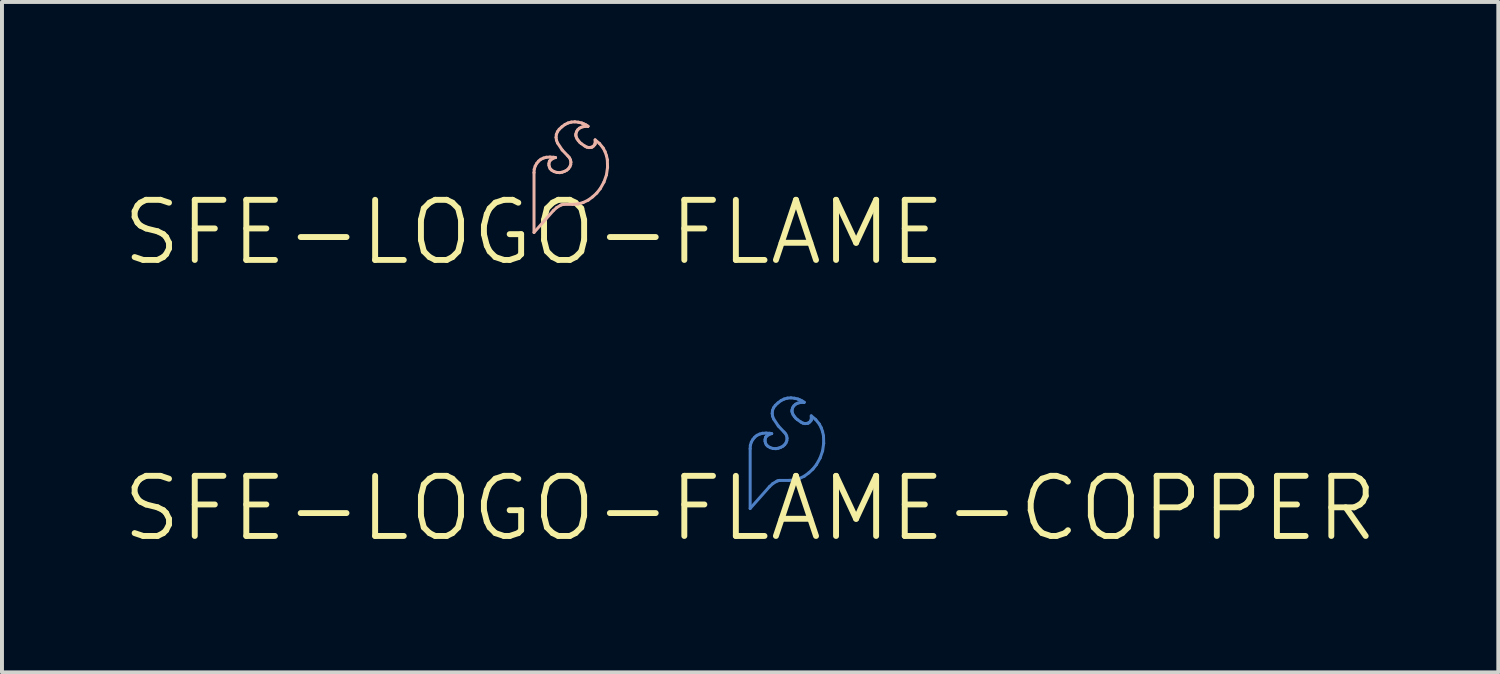
<source format=kicad_pcb>
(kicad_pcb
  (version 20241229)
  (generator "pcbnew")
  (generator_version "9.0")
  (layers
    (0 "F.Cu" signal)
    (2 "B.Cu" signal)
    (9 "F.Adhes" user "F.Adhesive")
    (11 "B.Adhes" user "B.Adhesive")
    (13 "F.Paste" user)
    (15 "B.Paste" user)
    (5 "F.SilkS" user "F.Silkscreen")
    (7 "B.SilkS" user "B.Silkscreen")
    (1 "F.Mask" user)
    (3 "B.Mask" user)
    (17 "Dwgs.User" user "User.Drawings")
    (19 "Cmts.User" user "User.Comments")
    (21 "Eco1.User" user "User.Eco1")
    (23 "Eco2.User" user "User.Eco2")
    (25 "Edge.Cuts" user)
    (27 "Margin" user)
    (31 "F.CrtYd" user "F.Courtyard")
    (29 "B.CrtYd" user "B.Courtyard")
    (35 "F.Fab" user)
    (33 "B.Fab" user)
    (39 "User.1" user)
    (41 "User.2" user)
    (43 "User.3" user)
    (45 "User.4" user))
  (footprint "SFE-LOGO-FLAME-COPPER"
    (layer "F.Cu")
    (at 15.966 9.839)
    (property "Reference" "SFE-LOGO-FLAME-COPPER" (at 0 0 0) (layer "F.SilkS") (effects (font (size 1.524 1.524) (thickness 0.15))))
    (attr exclude_from_pos_files exclude_from_bom)
    (fp_line (start 0 -1.516) (end 0 0) (stroke (width 0.076) (type solid)) (layer "B.Cu"))
    (fp_line (start 0 0) (end 0.488 -0.551) (stroke (width 0.076) (type solid)) (layer "B.Cu"))
    (fp_line (start 0.005 -1.6) (end 0 -1.516) (stroke (width 0.076) (type solid)) (layer "B.Cu"))
    (fp_line (start 0.03 -1.681) (end 0.005 -1.6) (stroke (width 0.076) (type solid)) (layer "B.Cu"))
    (fp_line (start 0.071 -1.753) (end 0.03 -1.681) (stroke (width 0.076) (type solid)) (layer "B.Cu"))
    (fp_line (start 0.117 -1.808) (end 0.071 -1.753) (stroke (width 0.076) (type solid)) (layer "B.Cu"))
    (fp_line (start 0.173 -1.854) (end 0.117 -1.808) (stroke (width 0.076) (type solid)) (layer "B.Cu"))
    (fp_line (start 0.239 -1.885) (end 0.173 -1.854) (stroke (width 0.076) (type solid)) (layer "B.Cu"))
    (fp_line (start 0.31 -1.905) (end 0.239 -1.885) (stroke (width 0.076) (type solid)) (layer "B.Cu"))
    (fp_line (start 0.378 -1.75) (end 0.389 -1.796) (stroke (width 0.076) (type solid)) (layer "B.Cu"))
    (fp_line (start 0.378 -1.704) (end 0.378 -1.75) (stroke (width 0.076) (type solid)) (layer "B.Cu"))
    (fp_line (start 0.389 -1.796) (end 0.396 -1.811) (stroke (width 0.076) (type solid)) (layer "B.Cu"))
    (fp_line (start 0.389 -1.661) (end 0.378 -1.704) (stroke (width 0.076) (type solid)) (layer "B.Cu"))
    (fp_line (start 0.396 -1.811) (end 0.411 -1.826) (stroke (width 0.076) (type solid)) (layer "B.Cu"))
    (fp_line (start 0.404 -1.91) (end 0.31 -1.905) (stroke (width 0.076) (type solid)) (layer "B.Cu"))
    (fp_line (start 0.409 -1.615) (end 0.389 -1.661) (stroke (width 0.076) (type solid)) (layer "B.Cu"))
    (fp_line (start 0.411 -1.826) (end 0.495 -1.885) (stroke (width 0.076) (type solid)) (layer "B.Cu"))
    (fp_line (start 0.445 -1.58) (end 0.409 -1.615) (stroke (width 0.076) (type solid)) (layer "B.Cu"))
    (fp_line (start 0.488 -0.551) (end 0.574 -0.63) (stroke (width 0.076) (type solid)) (layer "B.Cu"))
    (fp_line (start 0.495 -1.885) (end 0.511 -1.895) (stroke (width 0.076) (type solid)) (layer "B.Cu"))
    (fp_line (start 0.498 -1.905) (end 0.404 -1.91) (stroke (width 0.076) (type solid)) (layer "B.Cu"))
    (fp_line (start 0.508 -1.542) (end 0.445 -1.58) (stroke (width 0.076) (type solid)) (layer "B.Cu"))
    (fp_line (start 0.511 -1.895) (end 0.528 -1.897) (stroke (width 0.076) (type solid)) (layer "B.Cu"))
    (fp_line (start 0.528 -1.897) (end 0.546 -1.897) (stroke (width 0.076) (type solid)) (layer "B.Cu"))
    (fp_line (start 0.546 -1.897) (end 0.498 -1.905) (stroke (width 0.076) (type solid)) (layer "B.Cu"))
    (fp_line (start 0.559 -2.408) (end 0.569 -2.337) (stroke (width 0.076) (type solid)) (layer "B.Cu"))
    (fp_line (start 0.566 -2.484) (end 0.559 -2.408) (stroke (width 0.076) (type solid)) (layer "B.Cu"))
    (fp_line (start 0.569 -2.337) (end 0.597 -2.266) (stroke (width 0.076) (type solid)) (layer "B.Cu"))
    (fp_line (start 0.574 -0.63) (end 0.676 -0.691) (stroke (width 0.076) (type solid)) (layer "B.Cu"))
    (fp_line (start 0.577 -1.521) (end 0.508 -1.542) (stroke (width 0.076) (type solid)) (layer "B.Cu"))
    (fp_line (start 0.594 -2.553) (end 0.566 -2.484) (stroke (width 0.076) (type solid)) (layer "B.Cu"))
    (fp_line (start 0.597 -2.266) (end 0.714 -2.09) (stroke (width 0.076) (type solid)) (layer "B.Cu"))
    (fp_line (start 0.638 -2.614) (end 0.594 -2.553) (stroke (width 0.076) (type solid)) (layer "B.Cu"))
    (fp_line (start 0.653 -1.516) (end 0.577 -1.521) (stroke (width 0.076) (type solid)) (layer "B.Cu"))
    (fp_line (start 0.676 -0.691) (end 0.711 -0.704) (stroke (width 0.076) (type solid)) (layer "B.Cu"))
    (fp_line (start 0.706 -2.677) (end 0.638 -2.614) (stroke (width 0.076) (type solid)) (layer "B.Cu"))
    (fp_line (start 0.711 -0.704) (end 0.752 -0.711) (stroke (width 0.076) (type solid)) (layer "B.Cu"))
    (fp_line (start 0.714 -2.09) (end 0.861 -1.935) (stroke (width 0.076) (type solid)) (layer "B.Cu"))
    (fp_line (start 0.714 -1.527) (end 0.653 -1.516) (stroke (width 0.076) (type solid)) (layer "B.Cu"))
    (fp_line (start 0.752 -0.711) (end 0.98 -0.711) (stroke (width 0.076) (type solid)) (layer "B.Cu"))
    (fp_line (start 0.775 -1.549) (end 0.714 -1.527) (stroke (width 0.076) (type solid)) (layer "B.Cu"))
    (fp_line (start 0.785 -2.736) (end 0.706 -2.677) (stroke (width 0.076) (type solid)) (layer "B.Cu"))
    (fp_line (start 0.833 -1.58) (end 0.775 -1.549) (stroke (width 0.076) (type solid)) (layer "B.Cu"))
    (fp_line (start 0.861 -2.774) (end 0.785 -2.736) (stroke (width 0.076) (type solid)) (layer "B.Cu"))
    (fp_line (start 0.861 -1.935) (end 0.899 -1.892) (stroke (width 0.076) (type solid)) (layer "B.Cu"))
    (fp_line (start 0.876 -1.618) (end 0.833 -1.58) (stroke (width 0.076) (type solid)) (layer "B.Cu"))
    (fp_line (start 0.899 -1.892) (end 0.925 -1.839) (stroke (width 0.076) (type solid)) (layer "B.Cu"))
    (fp_line (start 0.909 -1.666) (end 0.876 -1.618) (stroke (width 0.076) (type solid)) (layer "B.Cu"))
    (fp_line (start 0.925 -1.839) (end 0.935 -1.781) (stroke (width 0.076) (type solid)) (layer "B.Cu"))
    (fp_line (start 0.93 -1.722) (end 0.909 -1.666) (stroke (width 0.076) (type solid)) (layer "B.Cu"))
    (fp_line (start 0.935 -1.781) (end 0.93 -1.722) (stroke (width 0.076) (type solid)) (layer "B.Cu"))
    (fp_line (start 0.945 -2.797) (end 0.861 -2.774) (stroke (width 0.076) (type solid)) (layer "B.Cu"))
    (fp_line (start 0.98 -0.711) (end 1.115 -0.721) (stroke (width 0.076) (type solid)) (layer "B.Cu"))
    (fp_line (start 1.034 -2.804) (end 0.945 -2.797) (stroke (width 0.076) (type solid)) (layer "B.Cu"))
    (fp_line (start 1.059 -2.464) (end 1.062 -2.499) (stroke (width 0.076) (type solid)) (layer "B.Cu"))
    (fp_line (start 1.062 -2.499) (end 1.077 -2.553) (stroke (width 0.076) (type solid)) (layer "B.Cu"))
    (fp_line (start 1.067 -2.431) (end 1.059 -2.464) (stroke (width 0.076) (type solid)) (layer "B.Cu"))
    (fp_line (start 1.077 -2.553) (end 1.107 -2.601) (stroke (width 0.076) (type solid)) (layer "B.Cu"))
    (fp_line (start 1.087 -2.38) (end 1.067 -2.431) (stroke (width 0.076) (type solid)) (layer "B.Cu"))
    (fp_line (start 1.107 -2.601) (end 1.151 -2.642) (stroke (width 0.076) (type solid)) (layer "B.Cu"))
    (fp_line (start 1.115 -0.721) (end 1.247 -0.759) (stroke (width 0.076) (type solid)) (layer "B.Cu"))
    (fp_line (start 1.118 -2.334) (end 1.087 -2.38) (stroke (width 0.076) (type solid)) (layer "B.Cu"))
    (fp_line (start 1.123 -2.794) (end 1.034 -2.804) (stroke (width 0.076) (type solid)) (layer "B.Cu"))
    (fp_line (start 1.151 -2.642) (end 1.201 -2.667) (stroke (width 0.076) (type solid)) (layer "B.Cu"))
    (fp_line (start 1.153 -2.291) (end 1.118 -2.334) (stroke (width 0.076) (type solid)) (layer "B.Cu"))
    (fp_line (start 1.196 -2.253) (end 1.153 -2.291) (stroke (width 0.076) (type solid)) (layer "B.Cu"))
    (fp_line (start 1.201 -2.667) (end 1.252 -2.682) (stroke (width 0.076) (type solid)) (layer "B.Cu"))
    (fp_line (start 1.212 -2.774) (end 1.123 -2.794) (stroke (width 0.076) (type solid)) (layer "B.Cu"))
    (fp_line (start 1.234 -2.761) (end 1.212 -2.774) (stroke (width 0.076) (type solid)) (layer "B.Cu"))
    (fp_line (start 1.247 -0.759) (end 1.372 -0.818) (stroke (width 0.076) (type solid)) (layer "B.Cu"))
    (fp_line (start 1.252 -2.682) (end 1.306 -2.69) (stroke (width 0.076) (type solid)) (layer "B.Cu"))
    (fp_line (start 1.27 -2.748) (end 1.234 -2.761) (stroke (width 0.076) (type solid)) (layer "B.Cu"))
    (fp_line (start 1.288 -2.189) (end 1.196 -2.253) (stroke (width 0.076) (type solid)) (layer "B.Cu"))
    (fp_line (start 1.306 -2.69) (end 1.367 -2.69) (stroke (width 0.076) (type solid)) (layer "B.Cu"))
    (fp_line (start 1.318 -2.725) (end 1.27 -2.748) (stroke (width 0.076) (type solid)) (layer "B.Cu"))
    (fp_line (start 1.339 -2.162) (end 1.288 -2.189) (stroke (width 0.076) (type solid)) (layer "B.Cu"))
    (fp_line (start 1.364 -2.692) (end 1.318 -2.725) (stroke (width 0.076) (type solid)) (layer "B.Cu"))
    (fp_line (start 1.364 -2.69) (end 1.364 -2.692) (stroke (width 0.076) (type solid)) (layer "B.Cu"))
    (fp_line (start 1.367 -2.69) (end 1.364 -2.69) (stroke (width 0.076) (type solid)) (layer "B.Cu"))
    (fp_line (start 1.372 -0.818) (end 1.486 -0.902) (stroke (width 0.076) (type solid)) (layer "B.Cu"))
    (fp_line (start 1.394 -2.151) (end 1.339 -2.162) (stroke (width 0.076) (type solid)) (layer "B.Cu"))
    (fp_line (start 1.453 -2.159) (end 1.394 -2.151) (stroke (width 0.076) (type solid)) (layer "B.Cu"))
    (fp_line (start 1.473 -2.164) (end 1.453 -2.159) (stroke (width 0.076) (type solid)) (layer "B.Cu"))
    (fp_line (start 1.486 -0.902) (end 1.59 -0.998) (stroke (width 0.076) (type solid)) (layer "B.Cu"))
    (fp_line (start 1.511 -2.192) (end 1.473 -2.164) (stroke (width 0.076) (type solid)) (layer "B.Cu"))
    (fp_line (start 1.542 -2.228) (end 1.511 -2.192) (stroke (width 0.076) (type solid)) (layer "B.Cu"))
    (fp_line (start 1.547 -2.243) (end 1.542 -2.228) (stroke (width 0.076) (type solid)) (layer "B.Cu"))
    (fp_line (start 1.549 -2.347) (end 1.549 -2.258) (stroke (width 0.076) (type solid)) (layer "B.Cu"))
    (fp_line (start 1.549 -2.258) (end 1.547 -2.243) (stroke (width 0.076) (type solid)) (layer "B.Cu"))
    (fp_line (start 1.59 -0.998) (end 1.679 -1.11) (stroke (width 0.076) (type solid)) (layer "B.Cu"))
    (fp_line (start 1.661 -2.253) (end 1.549 -2.347) (stroke (width 0.076) (type solid)) (layer "B.Cu"))
    (fp_line (start 1.679 -1.11) (end 1.773 -1.278) (stroke (width 0.076) (type solid)) (layer "B.Cu"))
    (fp_line (start 1.753 -2.139) (end 1.661 -2.253) (stroke (width 0.076) (type solid)) (layer "B.Cu"))
    (fp_line (start 1.773 -1.278) (end 1.836 -1.458) (stroke (width 0.076) (type solid)) (layer "B.Cu"))
    (fp_line (start 1.801 -2.047) (end 1.753 -2.139) (stroke (width 0.076) (type solid)) (layer "B.Cu"))
    (fp_line (start 1.836 -1.946) (end 1.801 -2.047) (stroke (width 0.076) (type solid)) (layer "B.Cu"))
    (fp_line (start 1.836 -1.458) (end 1.864 -1.651) (stroke (width 0.076) (type solid)) (layer "B.Cu"))
    (fp_line (start 1.859 -1.841) (end 1.836 -1.946) (stroke (width 0.076) (type solid)) (layer "B.Cu"))
    (fp_line (start 1.864 -1.651) (end 1.859 -1.841) (stroke (width 0.076) (type solid)) (layer "B.Cu")))
  (footprint "SFE-LOGO-FLAME"
    (layer "F.Cu")
    (at 10.487 2.842)
    (property "Reference" "SFE-LOGO-FLAME" (at 0 0 0) (layer "F.SilkS") (effects (font (size 1.524 1.524) (thickness 0.15))))
    (attr exclude_from_pos_files exclude_from_bom)
    (fp_line (start 0 -1.516) (end 0 0) (stroke (width 0.076) (type solid)) (layer "B.SilkS"))
    (fp_line (start 0 0) (end 0.488 -0.551) (stroke (width 0.076) (type solid)) (layer "B.SilkS"))
    (fp_line (start 0.005 -1.6) (end 0 -1.516) (stroke (width 0.076) (type solid)) (layer "B.SilkS"))
    (fp_line (start 0.03 -1.681) (end 0.005 -1.6) (stroke (width 0.076) (type solid)) (layer "B.SilkS"))
    (fp_line (start 0.071 -1.753) (end 0.03 -1.681) (stroke (width 0.076) (type solid)) (layer "B.SilkS"))
    (fp_line (start 0.117 -1.808) (end 0.071 -1.753) (stroke (width 0.076) (type solid)) (layer "B.SilkS"))
    (fp_line (start 0.173 -1.854) (end 0.117 -1.808) (stroke (width 0.076) (type solid)) (layer "B.SilkS"))
    (fp_line (start 0.239 -1.885) (end 0.173 -1.854) (stroke (width 0.076) (type solid)) (layer "B.SilkS"))
    (fp_line (start 0.31 -1.905) (end 0.239 -1.885) (stroke (width 0.076) (type solid)) (layer "B.SilkS"))
    (fp_line (start 0.378 -1.75) (end 0.389 -1.796) (stroke (width 0.076) (type solid)) (layer "B.SilkS"))
    (fp_line (start 0.378 -1.704) (end 0.378 -1.75) (stroke (width 0.076) (type solid)) (layer "B.SilkS"))
    (fp_line (start 0.389 -1.796) (end 0.396 -1.811) (stroke (width 0.076) (type solid)) (layer "B.SilkS"))
    (fp_line (start 0.389 -1.661) (end 0.378 -1.704) (stroke (width 0.076) (type solid)) (layer "B.SilkS"))
    (fp_line (start 0.396 -1.811) (end 0.411 -1.826) (stroke (width 0.076) (type solid)) (layer "B.SilkS"))
    (fp_line (start 0.404 -1.91) (end 0.31 -1.905) (stroke (width 0.076) (type solid)) (layer "B.SilkS"))
    (fp_line (start 0.409 -1.615) (end 0.389 -1.661) (stroke (width 0.076) (type solid)) (layer "B.SilkS"))
    (fp_line (start 0.411 -1.826) (end 0.495 -1.885) (stroke (width 0.076) (type solid)) (layer "B.SilkS"))
    (fp_line (start 0.445 -1.58) (end 0.409 -1.615) (stroke (width 0.076) (type solid)) (layer "B.SilkS"))
    (fp_line (start 0.488 -0.551) (end 0.574 -0.63) (stroke (width 0.076) (type solid)) (layer "B.SilkS"))
    (fp_line (start 0.495 -1.885) (end 0.511 -1.895) (stroke (width 0.076) (type solid)) (layer "B.SilkS"))
    (fp_line (start 0.498 -1.905) (end 0.404 -1.91) (stroke (width 0.076) (type solid)) (layer "B.SilkS"))
    (fp_line (start 0.508 -1.542) (end 0.445 -1.58) (stroke (width 0.076) (type solid)) (layer "B.SilkS"))
    (fp_line (start 0.511 -1.895) (end 0.528 -1.897) (stroke (width 0.076) (type solid)) (layer "B.SilkS"))
    (fp_line (start 0.528 -1.897) (end 0.546 -1.897) (stroke (width 0.076) (type solid)) (layer "B.SilkS"))
    (fp_line (start 0.546 -1.897) (end 0.498 -1.905) (stroke (width 0.076) (type solid)) (layer "B.SilkS"))
    (fp_line (start 0.559 -2.408) (end 0.569 -2.337) (stroke (width 0.076) (type solid)) (layer "B.SilkS"))
    (fp_line (start 0.566 -2.484) (end 0.559 -2.408) (stroke (width 0.076) (type solid)) (layer "B.SilkS"))
    (fp_line (start 0.569 -2.337) (end 0.597 -2.266) (stroke (width 0.076) (type solid)) (layer "B.SilkS"))
    (fp_line (start 0.574 -0.63) (end 0.676 -0.691) (stroke (width 0.076) (type solid)) (layer "B.SilkS"))
    (fp_line (start 0.577 -1.521) (end 0.508 -1.542) (stroke (width 0.076) (type solid)) (layer "B.SilkS"))
    (fp_line (start 0.594 -2.553) (end 0.566 -2.484) (stroke (width 0.076) (type solid)) (layer "B.SilkS"))
    (fp_line (start 0.597 -2.266) (end 0.714 -2.09) (stroke (width 0.076) (type solid)) (layer "B.SilkS"))
    (fp_line (start 0.638 -2.614) (end 0.594 -2.553) (stroke (width 0.076) (type solid)) (layer "B.SilkS"))
    (fp_line (start 0.653 -1.516) (end 0.577 -1.521) (stroke (width 0.076) (type solid)) (layer "B.SilkS"))
    (fp_line (start 0.676 -0.691) (end 0.711 -0.704) (stroke (width 0.076) (type solid)) (layer "B.SilkS"))
    (fp_line (start 0.706 -2.677) (end 0.638 -2.614) (stroke (width 0.076) (type solid)) (layer "B.SilkS"))
    (fp_line (start 0.711 -0.704) (end 0.752 -0.711) (stroke (width 0.076) (type solid)) (layer "B.SilkS"))
    (fp_line (start 0.714 -2.09) (end 0.861 -1.935) (stroke (width 0.076) (type solid)) (layer "B.SilkS"))
    (fp_line (start 0.714 -1.527) (end 0.653 -1.516) (stroke (width 0.076) (type solid)) (layer "B.SilkS"))
    (fp_line (start 0.752 -0.711) (end 0.98 -0.711) (stroke (width 0.076) (type solid)) (layer "B.SilkS"))
    (fp_line (start 0.775 -1.549) (end 0.714 -1.527) (stroke (width 0.076) (type solid)) (layer "B.SilkS"))
    (fp_line (start 0.785 -2.736) (end 0.706 -2.677) (stroke (width 0.076) (type solid)) (layer "B.SilkS"))
    (fp_line (start 0.833 -1.58) (end 0.775 -1.549) (stroke (width 0.076) (type solid)) (layer "B.SilkS"))
    (fp_line (start 0.861 -2.774) (end 0.785 -2.736) (stroke (width 0.076) (type solid)) (layer "B.SilkS"))
    (fp_line (start 0.861 -1.935) (end 0.899 -1.892) (stroke (width 0.076) (type solid)) (layer "B.SilkS"))
    (fp_line (start 0.876 -1.618) (end 0.833 -1.58) (stroke (width 0.076) (type solid)) (layer "B.SilkS"))
    (fp_line (start 0.899 -1.892) (end 0.925 -1.839) (stroke (width 0.076) (type solid)) (layer "B.SilkS"))
    (fp_line (start 0.909 -1.666) (end 0.876 -1.618) (stroke (width 0.076) (type solid)) (layer "B.SilkS"))
    (fp_line (start 0.925 -1.839) (end 0.935 -1.781) (stroke (width 0.076) (type solid)) (layer "B.SilkS"))
    (fp_line (start 0.93 -1.722) (end 0.909 -1.666) (stroke (width 0.076) (type solid)) (layer "B.SilkS"))
    (fp_line (start 0.935 -1.781) (end 0.93 -1.722) (stroke (width 0.076) (type solid)) (layer "B.SilkS"))
    (fp_line (start 0.945 -2.797) (end 0.861 -2.774) (stroke (width 0.076) (type solid)) (layer "B.SilkS"))
    (fp_line (start 0.98 -0.711) (end 1.115 -0.721) (stroke (width 0.076) (type solid)) (layer "B.SilkS"))
    (fp_line (start 1.034 -2.804) (end 0.945 -2.797) (stroke (width 0.076) (type solid)) (layer "B.SilkS"))
    (fp_line (start 1.059 -2.464) (end 1.062 -2.499) (stroke (width 0.076) (type solid)) (layer "B.SilkS"))
    (fp_line (start 1.062 -2.499) (end 1.077 -2.553) (stroke (width 0.076) (type solid)) (layer "B.SilkS"))
    (fp_line (start 1.067 -2.431) (end 1.059 -2.464) (stroke (width 0.076) (type solid)) (layer "B.SilkS"))
    (fp_line (start 1.077 -2.553) (end 1.107 -2.601) (stroke (width 0.076) (type solid)) (layer "B.SilkS"))
    (fp_line (start 1.087 -2.38) (end 1.067 -2.431) (stroke (width 0.076) (type solid)) (layer "B.SilkS"))
    (fp_line (start 1.107 -2.601) (end 1.151 -2.642) (stroke (width 0.076) (type solid)) (layer "B.SilkS"))
    (fp_line (start 1.115 -0.721) (end 1.247 -0.759) (stroke (width 0.076) (type solid)) (layer "B.SilkS"))
    (fp_line (start 1.118 -2.334) (end 1.087 -2.38) (stroke (width 0.076) (type solid)) (layer "B.SilkS"))
    (fp_line (start 1.123 -2.794) (end 1.034 -2.804) (stroke (width 0.076) (type solid)) (layer "B.SilkS"))
    (fp_line (start 1.151 -2.642) (end 1.201 -2.667) (stroke (width 0.076) (type solid)) (layer "B.SilkS"))
    (fp_line (start 1.153 -2.291) (end 1.118 -2.334) (stroke (width 0.076) (type solid)) (layer "B.SilkS"))
    (fp_line (start 1.196 -2.253) (end 1.153 -2.291) (stroke (width 0.076) (type solid)) (layer "B.SilkS"))
    (fp_line (start 1.201 -2.667) (end 1.252 -2.682) (stroke (width 0.076) (type solid)) (layer "B.SilkS"))
    (fp_line (start 1.212 -2.774) (end 1.123 -2.794) (stroke (width 0.076) (type solid)) (layer "B.SilkS"))
    (fp_line (start 1.234 -2.761) (end 1.212 -2.774) (stroke (width 0.076) (type solid)) (layer "B.SilkS"))
    (fp_line (start 1.247 -0.759) (end 1.372 -0.818) (stroke (width 0.076) (type solid)) (layer "B.SilkS"))
    (fp_line (start 1.252 -2.682) (end 1.306 -2.69) (stroke (width 0.076) (type solid)) (layer "B.SilkS"))
    (fp_line (start 1.27 -2.748) (end 1.234 -2.761) (stroke (width 0.076) (type solid)) (layer "B.SilkS"))
    (fp_line (start 1.288 -2.189) (end 1.196 -2.253) (stroke (width 0.076) (type solid)) (layer "B.SilkS"))
    (fp_line (start 1.306 -2.69) (end 1.367 -2.69) (stroke (width 0.076) (type solid)) (layer "B.SilkS"))
    (fp_line (start 1.318 -2.725) (end 1.27 -2.748) (stroke (width 0.076) (type solid)) (layer "B.SilkS"))
    (fp_line (start 1.339 -2.162) (end 1.288 -2.189) (stroke (width 0.076) (type solid)) (layer "B.SilkS"))
    (fp_line (start 1.364 -2.692) (end 1.318 -2.725) (stroke (width 0.076) (type solid)) (layer "B.SilkS"))
    (fp_line (start 1.364 -2.69) (end 1.364 -2.692) (stroke (width 0.076) (type solid)) (layer "B.SilkS"))
    (fp_line (start 1.367 -2.69) (end 1.364 -2.69) (stroke (width 0.076) (type solid)) (layer "B.SilkS"))
    (fp_line (start 1.372 -0.818) (end 1.486 -0.902) (stroke (width 0.076) (type solid)) (layer "B.SilkS"))
    (fp_line (start 1.394 -2.151) (end 1.339 -2.162) (stroke (width 0.076) (type solid)) (layer "B.SilkS"))
    (fp_line (start 1.453 -2.159) (end 1.394 -2.151) (stroke (width 0.076) (type solid)) (layer "B.SilkS"))
    (fp_line (start 1.473 -2.164) (end 1.453 -2.159) (stroke (width 0.076) (type solid)) (layer "B.SilkS"))
    (fp_line (start 1.486 -0.902) (end 1.59 -0.998) (stroke (width 0.076) (type solid)) (layer "B.SilkS"))
    (fp_line (start 1.511 -2.192) (end 1.473 -2.164) (stroke (width 0.076) (type solid)) (layer "B.SilkS"))
    (fp_line (start 1.542 -2.228) (end 1.511 -2.192) (stroke (width 0.076) (type solid)) (layer "B.SilkS"))
    (fp_line (start 1.547 -2.243) (end 1.542 -2.228) (stroke (width 0.076) (type solid)) (layer "B.SilkS"))
    (fp_line (start 1.549 -2.347) (end 1.549 -2.258) (stroke (width 0.076) (type solid)) (layer "B.SilkS"))
    (fp_line (start 1.549 -2.258) (end 1.547 -2.243) (stroke (width 0.076) (type solid)) (layer "B.SilkS"))
    (fp_line (start 1.59 -0.998) (end 1.679 -1.11) (stroke (width 0.076) (type solid)) (layer "B.SilkS"))
    (fp_line (start 1.661 -2.253) (end 1.549 -2.347) (stroke (width 0.076) (type solid)) (layer "B.SilkS"))
    (fp_line (start 1.679 -1.11) (end 1.773 -1.278) (stroke (width 0.076) (type solid)) (layer "B.SilkS"))
    (fp_line (start 1.753 -2.139) (end 1.661 -2.253) (stroke (width 0.076) (type solid)) (layer "B.SilkS"))
    (fp_line (start 1.773 -1.278) (end 1.836 -1.458) (stroke (width 0.076) (type solid)) (layer "B.SilkS"))
    (fp_line (start 1.801 -2.047) (end 1.753 -2.139) (stroke (width 0.076) (type solid)) (layer "B.SilkS"))
    (fp_line (start 1.836 -1.946) (end 1.801 -2.047) (stroke (width 0.076) (type solid)) (layer "B.SilkS"))
    (fp_line (start 1.836 -1.458) (end 1.864 -1.651) (stroke (width 0.076) (type solid)) (layer "B.SilkS"))
    (fp_line (start 1.859 -1.841) (end 1.836 -1.946) (stroke (width 0.076) (type solid)) (layer "B.SilkS"))
    (fp_line (start 1.864 -1.651) (end 1.859 -1.841) (stroke (width 0.076) (type solid)) (layer "B.SilkS")))
  (gr_rect
    (start -3 -3)
    (end 34.931 13.994)
    (stroke (width 0.1) (type default))
    (fill no)
    (layer "Edge.Cuts")))
</source>
